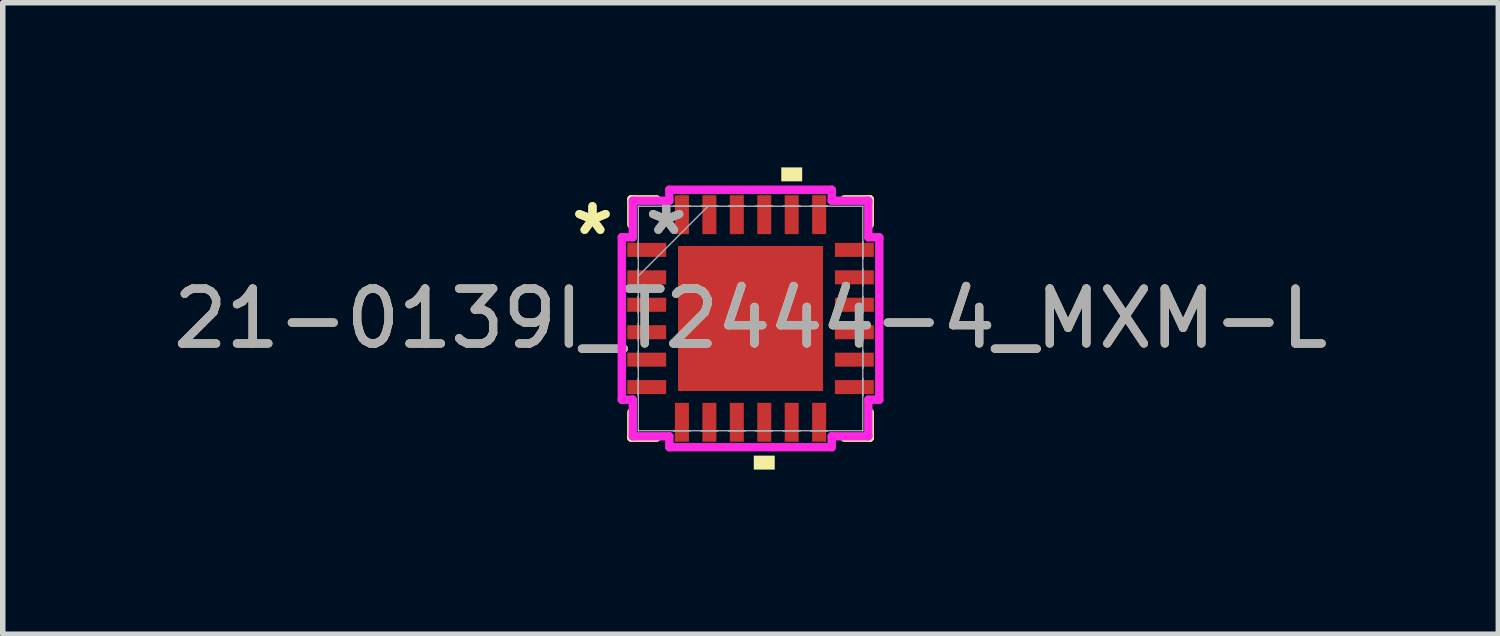
<source format=kicad_pcb>
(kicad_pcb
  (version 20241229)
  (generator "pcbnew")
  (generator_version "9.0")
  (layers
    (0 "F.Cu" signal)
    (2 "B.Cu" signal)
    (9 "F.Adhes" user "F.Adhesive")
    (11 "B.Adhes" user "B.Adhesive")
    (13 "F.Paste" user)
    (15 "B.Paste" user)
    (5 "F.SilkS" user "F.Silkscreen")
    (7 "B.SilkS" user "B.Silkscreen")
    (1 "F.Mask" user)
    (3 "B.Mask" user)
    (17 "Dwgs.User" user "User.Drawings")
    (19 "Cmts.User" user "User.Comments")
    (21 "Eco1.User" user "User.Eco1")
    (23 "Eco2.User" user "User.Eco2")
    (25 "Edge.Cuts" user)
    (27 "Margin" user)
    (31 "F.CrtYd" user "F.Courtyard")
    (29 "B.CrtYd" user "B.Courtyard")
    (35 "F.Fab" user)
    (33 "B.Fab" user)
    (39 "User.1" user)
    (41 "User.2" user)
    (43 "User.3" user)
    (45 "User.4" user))
  (footprint "21-0139I_T2444-4_MXM-L"
    (layer "F.Cu")
    (at 10.625 2.753)
    (property "Reference" "21-0139I_T2444-4_MXM-L" (at 0 0 0) (unlocked yes) (layer "F.SilkS") (effects (font (size 1 1) (thickness 0.15))))
    (attr smd)
    (fp_line (start -2.172 -2.172) (end -2.172 -1.71) (stroke (width 0.152) (type solid)) (layer "F.SilkS"))
    (fp_line (start -2.172 1.71) (end -2.172 2.172) (stroke (width 0.152) (type solid)) (layer "F.SilkS"))
    (fp_line (start -2.172 2.172) (end -1.71 2.172) (stroke (width 0.152) (type solid)) (layer "F.SilkS"))
    (fp_line (start -1.71 -2.172) (end -2.172 -2.172) (stroke (width 0.152) (type solid)) (layer "F.SilkS"))
    (fp_line (start 1.71 2.172) (end 2.172 2.172) (stroke (width 0.152) (type solid)) (layer "F.SilkS"))
    (fp_line (start 2.172 -2.172) (end 1.71 -2.172) (stroke (width 0.152) (type solid)) (layer "F.SilkS"))
    (fp_line (start 2.172 -1.71) (end 2.172 -2.172) (stroke (width 0.152) (type solid)) (layer "F.SilkS"))
    (fp_line (start 2.172 2.172) (end 2.172 1.71) (stroke (width 0.152) (type solid)) (layer "F.SilkS"))
    (fp_poly (pts (xy 0.059 2.499) (xy 0.059 2.753) (xy 0.441 2.753) (xy 0.441 2.499)) (stroke (width 0) (type solid)) (fill yes) (layer "F.SilkS"))
    (fp_poly (pts (xy 0.56 -2.499) (xy 0.56 -2.753) (xy 0.941 -2.753) (xy 0.941 -2.499)) (stroke (width 0) (type solid)) (fill yes) (layer "F.SilkS"))
    (fp_poly (pts (xy -1.221 -1.221) (xy -1.221 -0.1) (xy -0.1 -0.1) (xy -0.1 -1.221)) (stroke (width 0) (type solid)) (fill yes) (layer "F.Paste"))
    (fp_poly (pts (xy -1.221 0.1) (xy -1.221 1.221) (xy -0.1 1.221) (xy -0.1 0.1)) (stroke (width 0) (type solid)) (fill yes) (layer "F.Paste"))
    (fp_poly (pts (xy 0.1 -1.221) (xy 0.1 -0.1) (xy 1.221 -0.1) (xy 1.221 -1.221)) (stroke (width 0) (type solid)) (fill yes) (layer "F.Paste"))
    (fp_poly (pts (xy 0.1 0.1) (xy 0.1 1.221) (xy 1.221 1.221) (xy 1.221 0.1)) (stroke (width 0) (type solid)) (fill yes) (layer "F.Paste"))
    (fp_line (start -2.346 -1.479) (end -2.146 -1.479) (stroke (width 0.152) (type solid)) (layer "F.CrtYd"))
    (fp_line (start -2.346 1.479) (end -2.346 -1.479) (stroke (width 0.152) (type solid)) (layer "F.CrtYd"))
    (fp_line (start -2.146 -2.146) (end -1.479 -2.146) (stroke (width 0.152) (type solid)) (layer "F.CrtYd"))
    (fp_line (start -2.146 -1.479) (end -2.146 -2.146) (stroke (width 0.152) (type solid)) (layer "F.CrtYd"))
    (fp_line (start -2.146 1.479) (end -2.346 1.479) (stroke (width 0.152) (type solid)) (layer "F.CrtYd"))
    (fp_line (start -2.146 2.146) (end -2.146 1.479) (stroke (width 0.152) (type solid)) (layer "F.CrtYd"))
    (fp_line (start -1.479 -2.346) (end 1.479 -2.346) (stroke (width 0.152) (type solid)) (layer "F.CrtYd"))
    (fp_line (start -1.479 -2.146) (end -1.479 -2.346) (stroke (width 0.152) (type solid)) (layer "F.CrtYd"))
    (fp_line (start -1.479 2.146) (end -2.146 2.146) (stroke (width 0.152) (type solid)) (layer "F.CrtYd"))
    (fp_line (start -1.479 2.346) (end -1.479 2.146) (stroke (width 0.152) (type solid)) (layer "F.CrtYd"))
    (fp_line (start 1.479 -2.346) (end 1.479 -2.146) (stroke (width 0.152) (type solid)) (layer "F.CrtYd"))
    (fp_line (start 1.479 -2.146) (end 2.146 -2.146) (stroke (width 0.152) (type solid)) (layer "F.CrtYd"))
    (fp_line (start 1.479 2.146) (end 1.479 2.346) (stroke (width 0.152) (type solid)) (layer "F.CrtYd"))
    (fp_line (start 1.479 2.346) (end -1.479 2.346) (stroke (width 0.152) (type solid)) (layer "F.CrtYd"))
    (fp_line (start 2.146 -2.146) (end 2.146 -1.479) (stroke (width 0.152) (type solid)) (layer "F.CrtYd"))
    (fp_line (start 2.146 -1.479) (end 2.346 -1.479) (stroke (width 0.152) (type solid)) (layer "F.CrtYd"))
    (fp_line (start 2.146 1.479) (end 2.146 2.146) (stroke (width 0.152) (type solid)) (layer "F.CrtYd"))
    (fp_line (start 2.146 2.146) (end 1.479 2.146) (stroke (width 0.152) (type solid)) (layer "F.CrtYd"))
    (fp_line (start 2.346 -1.479) (end 2.346 1.479) (stroke (width 0.152) (type solid)) (layer "F.CrtYd"))
    (fp_line (start 2.346 1.479) (end 2.146 1.479) (stroke (width 0.152) (type solid)) (layer "F.CrtYd"))
    (fp_line (start -2.045 -2.045) (end -2.045 -2.045) (stroke (width 0.025) (type solid)) (layer "F.Fab"))
    (fp_line (start -2.045 -2.045) (end -2.045 2.045) (stroke (width 0.025) (type solid)) (layer "F.Fab"))
    (fp_line (start -2.045 -1.402) (end -2.045 -1.402) (stroke (width 0.025) (type solid)) (layer "F.Fab"))
    (fp_line (start -2.045 -1.402) (end -2.045 -1.098) (stroke (width 0.025) (type solid)) (layer "F.Fab"))
    (fp_line (start -2.045 -1.098) (end -2.045 -1.402) (stroke (width 0.025) (type solid)) (layer "F.Fab"))
    (fp_line (start -2.045 -1.098) (end -2.045 -1.098) (stroke (width 0.025) (type solid)) (layer "F.Fab"))
    (fp_line (start -2.045 -0.902) (end -2.045 -0.902) (stroke (width 0.025) (type solid)) (layer "F.Fab"))
    (fp_line (start -2.045 -0.902) (end -2.045 -0.598) (stroke (width 0.025) (type solid)) (layer "F.Fab"))
    (fp_line (start -2.045 -0.775) (end -0.775 -2.045) (stroke (width 0.025) (type solid)) (layer "F.Fab"))
    (fp_line (start -2.045 -0.598) (end -2.045 -0.902) (stroke (width 0.025) (type solid)) (layer "F.Fab"))
    (fp_line (start -2.045 -0.598) (end -2.045 -0.598) (stroke (width 0.025) (type solid)) (layer "F.Fab"))
    (fp_line (start -2.045 -0.402) (end -2.045 -0.402) (stroke (width 0.025) (type solid)) (layer "F.Fab"))
    (fp_line (start -2.045 -0.402) (end -2.045 -0.098) (stroke (width 0.025) (type solid)) (layer "F.Fab"))
    (fp_line (start -2.045 -0.098) (end -2.045 -0.402) (stroke (width 0.025) (type solid)) (layer "F.Fab"))
    (fp_line (start -2.045 -0.098) (end -2.045 -0.098) (stroke (width 0.025) (type solid)) (layer "F.Fab"))
    (fp_line (start -2.045 0.098) (end -2.045 0.098) (stroke (width 0.025) (type solid)) (layer "F.Fab"))
    (fp_line (start -2.045 0.098) (end -2.045 0.402) (stroke (width 0.025) (type solid)) (layer "F.Fab"))
    (fp_line (start -2.045 0.402) (end -2.045 0.098) (stroke (width 0.025) (type solid)) (layer "F.Fab"))
    (fp_line (start -2.045 0.402) (end -2.045 0.402) (stroke (width 0.025) (type solid)) (layer "F.Fab"))
    (fp_line (start -2.045 0.598) (end -2.045 0.598) (stroke (width 0.025) (type solid)) (layer "F.Fab"))
    (fp_line (start -2.045 0.598) (end -2.045 0.902) (stroke (width 0.025) (type solid)) (layer "F.Fab"))
    (fp_line (start -2.045 0.902) (end -2.045 0.598) (stroke (width 0.025) (type solid)) (layer "F.Fab"))
    (fp_line (start -2.045 0.902) (end -2.045 0.902) (stroke (width 0.025) (type solid)) (layer "F.Fab"))
    (fp_line (start -2.045 1.098) (end -2.045 1.098) (stroke (width 0.025) (type solid)) (layer "F.Fab"))
    (fp_line (start -2.045 1.098) (end -2.045 1.402) (stroke (width 0.025) (type solid)) (layer "F.Fab"))
    (fp_line (start -2.045 1.402) (end -2.045 1.098) (stroke (width 0.025) (type solid)) (layer "F.Fab"))
    (fp_line (start -2.045 1.402) (end -2.045 1.402) (stroke (width 0.025) (type solid)) (layer "F.Fab"))
    (fp_line (start -2.045 2.045) (end -2.045 2.045) (stroke (width 0.025) (type solid)) (layer "F.Fab"))
    (fp_line (start -2.045 2.045) (end 2.045 2.045) (stroke (width 0.025) (type solid)) (layer "F.Fab"))
    (fp_line (start -1.402 -2.045) (end -1.402 -2.045) (stroke (width 0.025) (type solid)) (layer "F.Fab"))
    (fp_line (start -1.402 -2.045) (end -1.098 -2.045) (stroke (width 0.025) (type solid)) (layer "F.Fab"))
    (fp_line (start -1.402 2.045) (end -1.402 2.045) (stroke (width 0.025) (type solid)) (layer "F.Fab"))
    (fp_line (start -1.402 2.045) (end -1.098 2.045) (stroke (width 0.025) (type solid)) (layer "F.Fab"))
    (fp_line (start -1.098 -2.045) (end -1.402 -2.045) (stroke (width 0.025) (type solid)) (layer "F.Fab"))
    (fp_line (start -1.098 -2.045) (end -1.098 -2.045) (stroke (width 0.025) (type solid)) (layer "F.Fab"))
    (fp_line (start -1.098 2.045) (end -1.402 2.045) (stroke (width 0.025) (type solid)) (layer "F.Fab"))
    (fp_line (start -1.098 2.045) (end -1.098 2.045) (stroke (width 0.025) (type solid)) (layer "F.Fab"))
    (fp_line (start -0.902 -2.045) (end -0.902 -2.045) (stroke (width 0.025) (type solid)) (layer "F.Fab"))
    (fp_line (start -0.902 -2.045) (end -0.598 -2.045) (stroke (width 0.025) (type solid)) (layer "F.Fab"))
    (fp_line (start -0.902 2.045) (end -0.902 2.045) (stroke (width 0.025) (type solid)) (layer "F.Fab"))
    (fp_line (start -0.902 2.045) (end -0.598 2.045) (stroke (width 0.025) (type solid)) (layer "F.Fab"))
    (fp_line (start -0.598 -2.045) (end -0.902 -2.045) (stroke (width 0.025) (type solid)) (layer "F.Fab"))
    (fp_line (start -0.598 -2.045) (end -0.598 -2.045) (stroke (width 0.025) (type solid)) (layer "F.Fab"))
    (fp_line (start -0.598 2.045) (end -0.902 2.045) (stroke (width 0.025) (type solid)) (layer "F.Fab"))
    (fp_line (start -0.598 2.045) (end -0.598 2.045) (stroke (width 0.025) (type solid)) (layer "F.Fab"))
    (fp_line (start -0.402 -2.045) (end -0.402 -2.045) (stroke (width 0.025) (type solid)) (layer "F.Fab"))
    (fp_line (start -0.402 -2.045) (end -0.098 -2.045) (stroke (width 0.025) (type solid)) (layer "F.Fab"))
    (fp_line (start -0.402 2.045) (end -0.402 2.045) (stroke (width 0.025) (type solid)) (layer "F.Fab"))
    (fp_line (start -0.402 2.045) (end -0.098 2.045) (stroke (width 0.025) (type solid)) (layer "F.Fab"))
    (fp_line (start -0.098 -2.045) (end -0.402 -2.045) (stroke (width 0.025) (type solid)) (layer "F.Fab"))
    (fp_line (start -0.098 -2.045) (end -0.098 -2.045) (stroke (width 0.025) (type solid)) (layer "F.Fab"))
    (fp_line (start -0.098 2.045) (end -0.402 2.045) (stroke (width 0.025) (type solid)) (layer "F.Fab"))
    (fp_line (start -0.098 2.045) (end -0.098 2.045) (stroke (width 0.025) (type solid)) (layer "F.Fab"))
    (fp_line (start 0.098 -2.045) (end 0.098 -2.045) (stroke (width 0.025) (type solid)) (layer "F.Fab"))
    (fp_line (start 0.098 -2.045) (end 0.402 -2.045) (stroke (width 0.025) (type solid)) (layer "F.Fab"))
    (fp_line (start 0.098 2.045) (end 0.098 2.045) (stroke (width 0.025) (type solid)) (layer "F.Fab"))
    (fp_line (start 0.098 2.045) (end 0.402 2.045) (stroke (width 0.025) (type solid)) (layer "F.Fab"))
    (fp_line (start 0.402 -2.045) (end 0.098 -2.045) (stroke (width 0.025) (type solid)) (layer "F.Fab"))
    (fp_line (start 0.402 -2.045) (end 0.402 -2.045) (stroke (width 0.025) (type solid)) (layer "F.Fab"))
    (fp_line (start 0.402 2.045) (end 0.098 2.045) (stroke (width 0.025) (type solid)) (layer "F.Fab"))
    (fp_line (start 0.402 2.045) (end 0.402 2.045) (stroke (width 0.025) (type solid)) (layer "F.Fab"))
    (fp_line (start 0.598 -2.045) (end 0.598 -2.045) (stroke (width 0.025) (type solid)) (layer "F.Fab"))
    (fp_line (start 0.598 -2.045) (end 0.902 -2.045) (stroke (width 0.025) (type solid)) (layer "F.Fab"))
    (fp_line (start 0.598 2.045) (end 0.598 2.045) (stroke (width 0.025) (type solid)) (layer "F.Fab"))
    (fp_line (start 0.598 2.045) (end 0.902 2.045) (stroke (width 0.025) (type solid)) (layer "F.Fab"))
    (fp_line (start 0.902 -2.045) (end 0.598 -2.045) (stroke (width 0.025) (type solid)) (layer "F.Fab"))
    (fp_line (start 0.902 -2.045) (end 0.902 -2.045) (stroke (width 0.025) (type solid)) (layer "F.Fab"))
    (fp_line (start 0.902 2.045) (end 0.598 2.045) (stroke (width 0.025) (type solid)) (layer "F.Fab"))
    (fp_line (start 0.902 2.045) (end 0.902 2.045) (stroke (width 0.025) (type solid)) (layer "F.Fab"))
    (fp_line (start 1.098 -2.045) (end 1.098 -2.045) (stroke (width 0.025) (type solid)) (layer "F.Fab"))
    (fp_line (start 1.098 -2.045) (end 1.402 -2.045) (stroke (width 0.025) (type solid)) (layer "F.Fab"))
    (fp_line (start 1.098 2.045) (end 1.098 2.045) (stroke (width 0.025) (type solid)) (layer "F.Fab"))
    (fp_line (start 1.098 2.045) (end 1.402 2.045) (stroke (width 0.025) (type solid)) (layer "F.Fab"))
    (fp_line (start 1.402 -2.045) (end 1.098 -2.045) (stroke (width 0.025) (type solid)) (layer "F.Fab"))
    (fp_line (start 1.402 -2.045) (end 1.402 -2.045) (stroke (width 0.025) (type solid)) (layer "F.Fab"))
    (fp_line (start 1.402 2.045) (end 1.098 2.045) (stroke (width 0.025) (type solid)) (layer "F.Fab"))
    (fp_line (start 1.402 2.045) (end 1.402 2.045) (stroke (width 0.025) (type solid)) (layer "F.Fab"))
    (fp_line (start 2.045 -2.045) (end -2.045 -2.045) (stroke (width 0.025) (type solid)) (layer "F.Fab"))
    (fp_line (start 2.045 -2.045) (end 2.045 -2.045) (stroke (width 0.025) (type solid)) (layer "F.Fab"))
    (fp_line (start 2.045 -1.402) (end 2.045 -1.402) (stroke (width 0.025) (type solid)) (layer "F.Fab"))
    (fp_line (start 2.045 -1.402) (end 2.045 -1.098) (stroke (width 0.025) (type solid)) (layer "F.Fab"))
    (fp_line (start 2.045 -1.098) (end 2.045 -1.402) (stroke (width 0.025) (type solid)) (layer "F.Fab"))
    (fp_line (start 2.045 -1.098) (end 2.045 -1.098) (stroke (width 0.025) (type solid)) (layer "F.Fab"))
    (fp_line (start 2.045 -0.902) (end 2.045 -0.902) (stroke (width 0.025) (type solid)) (layer "F.Fab"))
    (fp_line (start 2.045 -0.902) (end 2.045 -0.598) (stroke (width 0.025) (type solid)) (layer "F.Fab"))
    (fp_line (start 2.045 -0.598) (end 2.045 -0.902) (stroke (width 0.025) (type solid)) (layer "F.Fab"))
    (fp_line (start 2.045 -0.598) (end 2.045 -0.598) (stroke (width 0.025) (type solid)) (layer "F.Fab"))
    (fp_line (start 2.045 -0.402) (end 2.045 -0.402) (stroke (width 0.025) (type solid)) (layer "F.Fab"))
    (fp_line (start 2.045 -0.402) (end 2.045 -0.098) (stroke (width 0.025) (type solid)) (layer "F.Fab"))
    (fp_line (start 2.045 -0.098) (end 2.045 -0.402) (stroke (width 0.025) (type solid)) (layer "F.Fab"))
    (fp_line (start 2.045 -0.098) (end 2.045 -0.098) (stroke (width 0.025) (type solid)) (layer "F.Fab"))
    (fp_line (start 2.045 0.098) (end 2.045 0.098) (stroke (width 0.025) (type solid)) (layer "F.Fab"))
    (fp_line (start 2.045 0.098) (end 2.045 0.402) (stroke (width 0.025) (type solid)) (layer "F.Fab"))
    (fp_line (start 2.045 0.402) (end 2.045 0.098) (stroke (width 0.025) (type solid)) (layer "F.Fab"))
    (fp_line (start 2.045 0.402) (end 2.045 0.402) (stroke (width 0.025) (type solid)) (layer "F.Fab"))
    (fp_line (start 2.045 0.598) (end 2.045 0.598) (stroke (width 0.025) (type solid)) (layer "F.Fab"))
    (fp_line (start 2.045 0.598) (end 2.045 0.902) (stroke (width 0.025) (type solid)) (layer "F.Fab"))
    (fp_line (start 2.045 0.902) (end 2.045 0.598) (stroke (width 0.025) (type solid)) (layer "F.Fab"))
    (fp_line (start 2.045 0.902) (end 2.045 0.902) (stroke (width 0.025) (type solid)) (layer "F.Fab"))
    (fp_line (start 2.045 1.098) (end 2.045 1.098) (stroke (width 0.025) (type solid)) (layer "F.Fab"))
    (fp_line (start 2.045 1.098) (end 2.045 1.402) (stroke (width 0.025) (type solid)) (layer "F.Fab"))
    (fp_line (start 2.045 1.402) (end 2.045 1.098) (stroke (width 0.025) (type solid)) (layer "F.Fab"))
    (fp_line (start 2.045 1.402) (end 2.045 1.402) (stroke (width 0.025) (type solid)) (layer "F.Fab"))
    (fp_line (start 2.045 2.045) (end 2.045 -2.045) (stroke (width 0.025) (type solid)) (layer "F.Fab"))
    (fp_line (start 2.045 2.045) (end 2.045 2.045) (stroke (width 0.025) (type solid)) (layer "F.Fab"))
    (fp_text user "*" (at -2.88 -1.5 0) (layer "F.SilkS") (effects (font (size 1 1) (thickness 0.15))))
    (fp_text user "*" (at -2.88 -1.5 0) (unlocked yes) (layer "F.SilkS") (effects (font (size 1 1) (thickness 0.15))))
    (fp_text user "${REFERENCE}" (at 0 0 0) (unlocked yes) (layer "F.Fab") (effects (font (size 1 1) (thickness 0.15))))
    (fp_text user "*" (at -1.537 -1.5 0) (unlocked yes) (layer "F.Fab") (effects (font (size 1 1) (thickness 0.15))))
    (fp_text user "*" (at -1.537 -1.5 0) (layer "F.Fab") (effects (font (size 1 1) (thickness 0.15))))
    (pad "1" smd rect (at -1.891 -1.25 90) (size 0.255 0.708) (layers "F.Cu" "F.Mask" "F.Paste"))
    (pad "2" smd rect (at -1.891 -0.75 90) (size 0.255 0.708) (layers "F.Cu" "F.Mask" "F.Paste"))
    (pad "3" smd rect (at -1.891 -0.25 90) (size 0.255 0.708) (layers "F.Cu" "F.Mask" "F.Paste"))
    (pad "4" smd rect (at -1.891 0.25 90) (size 0.255 0.708) (layers "F.Cu" "F.Mask" "F.Paste"))
    (pad "5" smd rect (at -1.891 0.75 90) (size 0.255 0.708) (layers "F.Cu" "F.Mask" "F.Paste"))
    (pad "6" smd rect (at -1.891 1.25 90) (size 0.255 0.708) (layers "F.Cu" "F.Mask" "F.Paste"))
    (pad "7" smd rect (at -1.25 1.891) (size 0.255 0.708) (layers "F.Cu" "F.Mask" "F.Paste"))
    (pad "8" smd rect (at -0.75 1.891) (size 0.255 0.708) (layers "F.Cu" "F.Mask" "F.Paste"))
    (pad "9" smd rect (at -0.25 1.891) (size 0.255 0.708) (layers "F.Cu" "F.Mask" "F.Paste"))
    (pad "10" smd rect (at 0.25 1.891) (size 0.255 0.708) (layers "F.Cu" "F.Mask" "F.Paste"))
    (pad "11" smd rect (at 0.75 1.891) (size 0.255 0.708) (layers "F.Cu" "F.Mask" "F.Paste"))
    (pad "12" smd rect (at 1.25 1.891) (size 0.255 0.708) (layers "F.Cu" "F.Mask" "F.Paste"))
    (pad "13" smd rect (at 1.891 1.25 90) (size 0.255 0.708) (layers "F.Cu" "F.Mask" "F.Paste"))
    (pad "14" smd rect (at 1.891 0.75 90) (size 0.255 0.708) (layers "F.Cu" "F.Mask" "F.Paste"))
    (pad "15" smd rect (at 1.891 0.25 90) (size 0.255 0.708) (layers "F.Cu" "F.Mask" "F.Paste"))
    (pad "16" smd rect (at 1.891 -0.25 90) (size 0.255 0.708) (layers "F.Cu" "F.Mask" "F.Paste"))
    (pad "17" smd rect (at 1.891 -0.75 90) (size 0.255 0.708) (layers "F.Cu" "F.Mask" "F.Paste"))
    (pad "18" smd rect (at 1.891 -1.25 90) (size 0.255 0.708) (layers "F.Cu" "F.Mask" "F.Paste"))
    (pad "19" smd rect (at 1.25 -1.891) (size 0.255 0.708) (layers "F.Cu" "F.Mask" "F.Paste"))
    (pad "20" smd rect (at 0.75 -1.891) (size 0.255 0.708) (layers "F.Cu" "F.Mask" "F.Paste"))
    (pad "21" smd rect (at 0.25 -1.891) (size 0.255 0.708) (layers "F.Cu" "F.Mask" "F.Paste"))
    (pad "22" smd rect (at -0.25 -1.891) (size 0.255 0.708) (layers "F.Cu" "F.Mask" "F.Paste"))
    (pad "23" smd rect (at -0.75 -1.891) (size 0.255 0.708) (layers "F.Cu" "F.Mask" "F.Paste"))
    (pad "24" smd rect (at -1.25 -1.891) (size 0.255 0.708) (layers "F.Cu" "F.Mask" "F.Paste"))
    (pad "25" smd rect (at 0 0) (size 2.642 2.642) (layers "F.Cu" "F.Mask" "F.Paste")))
  (gr_rect
    (start -3 -3)
    (end 24.25 8.505)
    (stroke (width 0.1) (type default))
    (fill no)
    (layer "Edge.Cuts")))
</source>
